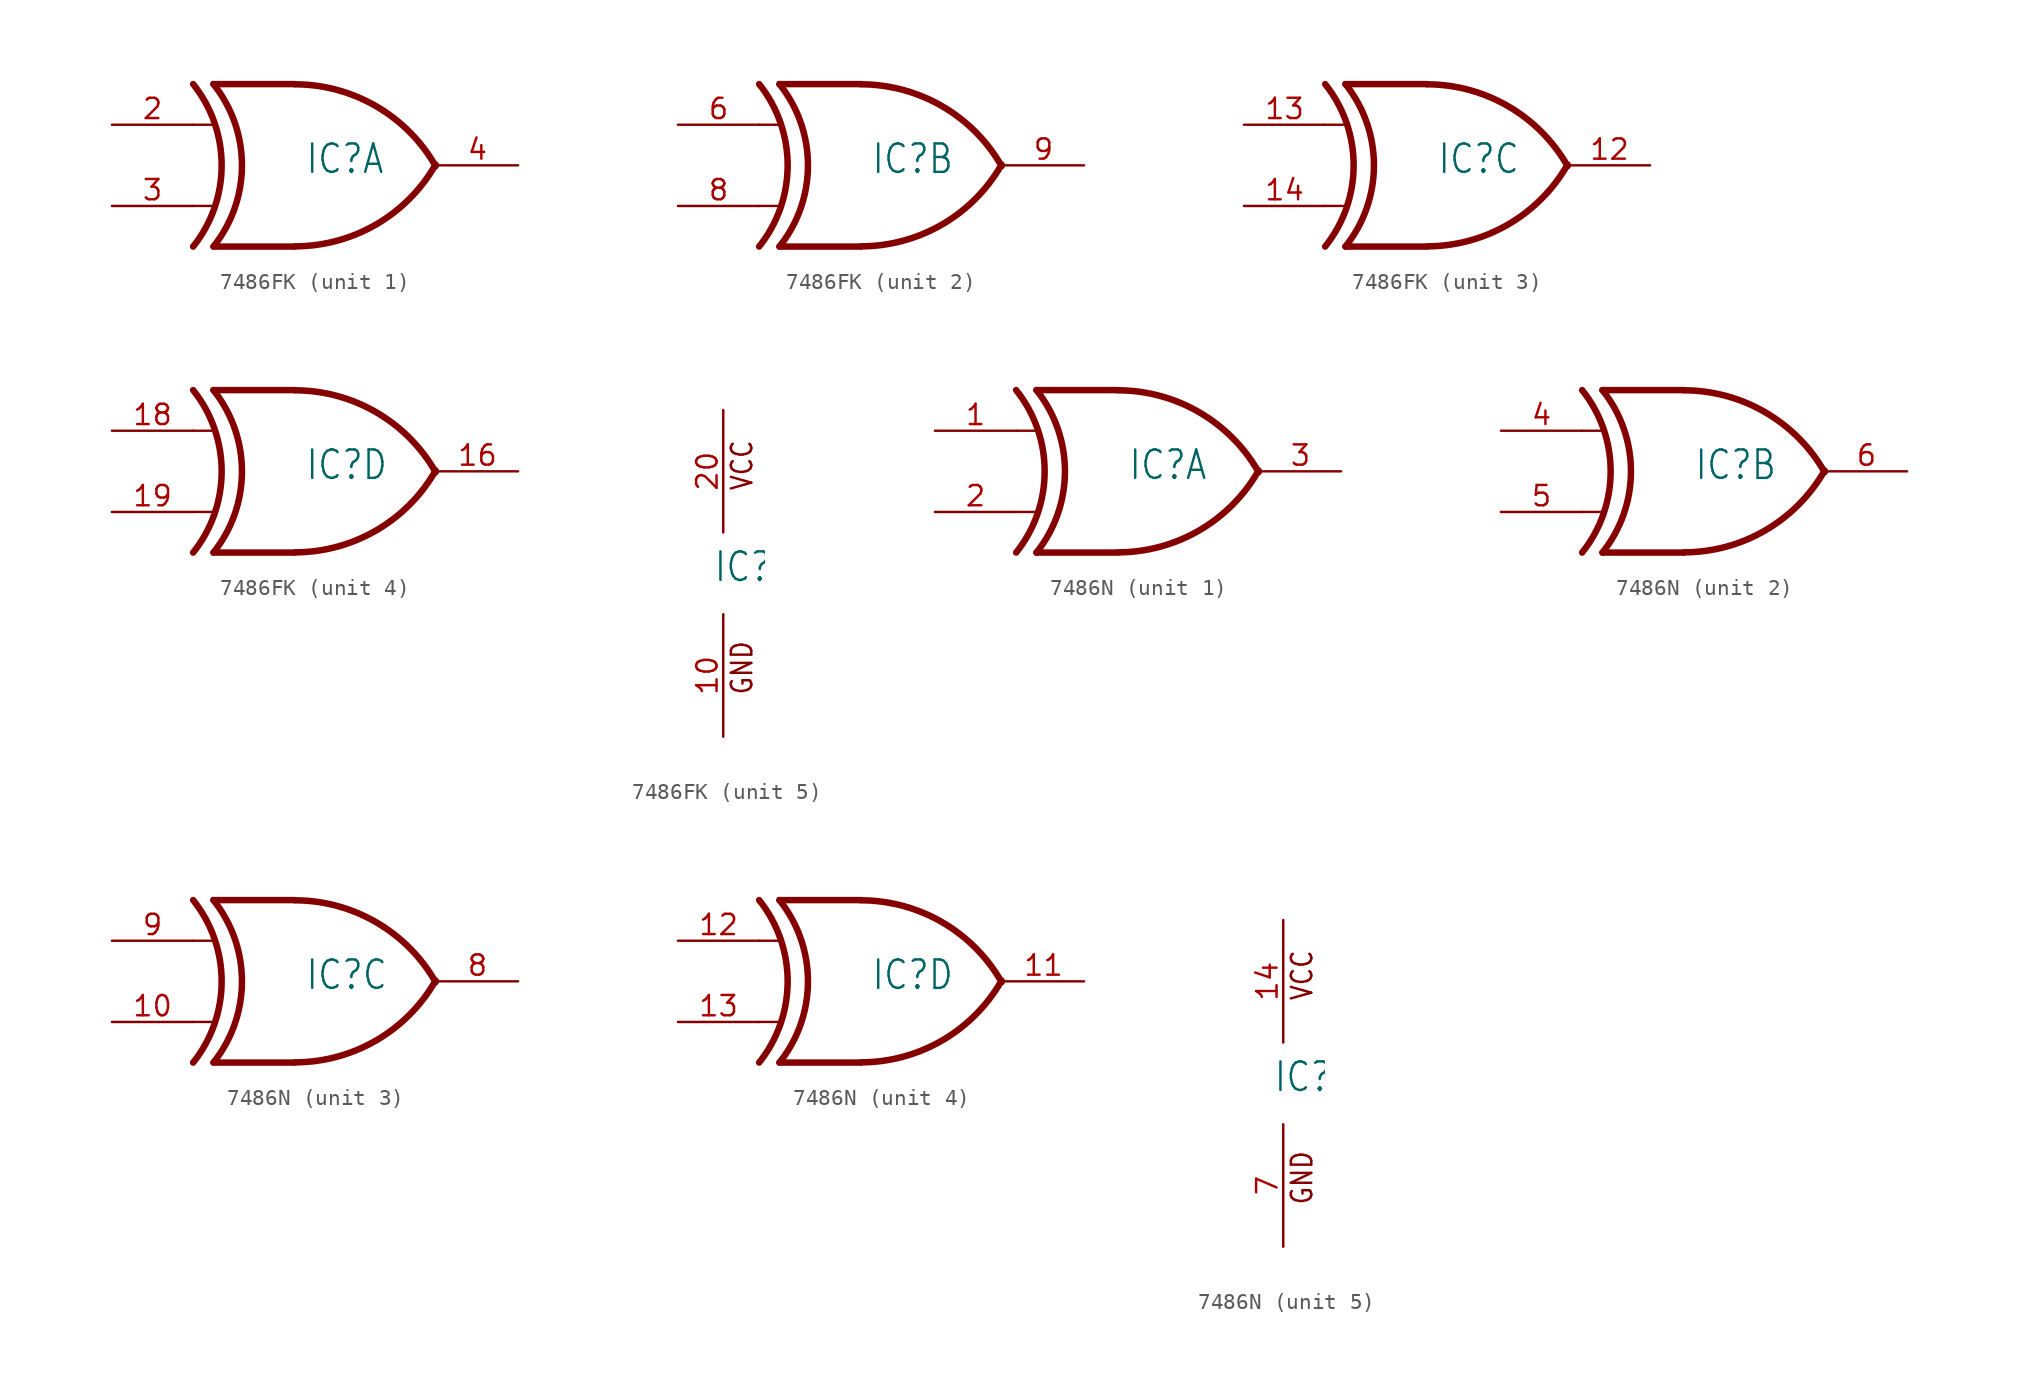
<source format=kicad_sym>
(kicad_symbol_lib
  (version 20211014)
  (generator kicad_symbol_editor)
  (symbol "7486FK"
    (property "Reference" "IC"
      (at -0.635 -0.635 0)
      (effects (font (size 1.778 1.511)) (justify left bottom)))
    (property "ki_locked" ""
      (at 0 0 0)
      (effects (font (size 1.27 1.27))))
    (symbol "7486FK_1_0"
      (arc (start -7.62 -5.08) (mid -5.838 0) (end -7.62 5.08) (stroke (width 0.4064) (type default) (color 0 0 0 0)) (fill (type none)))
      (arc (start -6.35 -5.08) (mid -4.568 0) (end -6.35 5.08) (stroke (width 0.4064) (type default) (color 0 0 0 0)) (fill (type none)))
      (arc (start -1.2446 -5.0678) (mid 3.8372 -3.689) (end 7.5439 0.0507) (stroke (width 0.4064) (type default) (color 0 0 0 0)) (fill (type none)))
      (polyline (pts (xy -7.62 -2.54) (xy -6.35 -2.54)) (stroke (width 0.152) (type default) (color 0 0 0 0)) (fill (type none)))
      (polyline (pts (xy -7.62 2.54) (xy -6.35 2.54)) (stroke (width 0.152) (type default) (color 0 0 0 0)) (fill (type none)))
      (polyline (pts (xy -1.27 -5.08) (xy -6.35 -5.08)) (stroke (width 0.406) (type default) (color 0 0 0 0)) (fill (type none)))
      (polyline (pts (xy -1.27 5.08) (xy -6.35 5.08)) (stroke (width 0.406) (type default) (color 0 0 0 0)) (fill (type none)))
      (arc (start 7.5442 -0.0505) (mid 3.8373 3.6892) (end -1.2446 5.0678) (stroke (width 0.4064) (type default) (color 0 0 0 0)) (fill (type none)))
      (pin input line (at -12.7 2.54 0) (length 5.08) (name "I0" (effects (font (size 0 0)))) (number "2" (effects (font (size 1.27 1.27)))))
      (pin input line (at -12.7 -2.54 0) (length 5.08) (name "I1" (effects (font (size 0 0)))) (number "3" (effects (font (size 1.27 1.27)))))
      (pin output line (at 12.7 0 180) (length 5.08) (name "O" (effects (font (size 0 0)))) (number "4" (effects (font (size 1.27 1.27))))))
    (symbol "7486FK_2_0"
      (arc (start -7.62 -5.08) (mid -5.838 0) (end -7.62 5.08) (stroke (width 0.4064) (type default) (color 0 0 0 0)) (fill (type none)))
      (arc (start -6.35 -5.08) (mid -4.568 0) (end -6.35 5.08) (stroke (width 0.4064) (type default) (color 0 0 0 0)) (fill (type none)))
      (arc (start -1.2446 -5.0678) (mid 3.8372 -3.689) (end 7.5439 0.0507) (stroke (width 0.4064) (type default) (color 0 0 0 0)) (fill (type none)))
      (polyline (pts (xy -7.62 -2.54) (xy -6.35 -2.54)) (stroke (width 0.152) (type default) (color 0 0 0 0)) (fill (type none)))
      (polyline (pts (xy -7.62 2.54) (xy -6.35 2.54)) (stroke (width 0.152) (type default) (color 0 0 0 0)) (fill (type none)))
      (polyline (pts (xy -1.27 -5.08) (xy -6.35 -5.08)) (stroke (width 0.406) (type default) (color 0 0 0 0)) (fill (type none)))
      (polyline (pts (xy -1.27 5.08) (xy -6.35 5.08)) (stroke (width 0.406) (type default) (color 0 0 0 0)) (fill (type none)))
      (arc (start 7.5442 -0.0505) (mid 3.8373 3.6892) (end -1.2446 5.0678) (stroke (width 0.4064) (type default) (color 0 0 0 0)) (fill (type none)))
      (pin input line (at -12.7 2.54 0) (length 5.08) (name "I0" (effects (font (size 0 0)))) (number "6" (effects (font (size 1.27 1.27)))))
      (pin input line (at -12.7 -2.54 0) (length 5.08) (name "I1" (effects (font (size 0 0)))) (number "8" (effects (font (size 1.27 1.27)))))
      (pin output line (at 12.7 0 180) (length 5.08) (name "O" (effects (font (size 0 0)))) (number "9" (effects (font (size 1.27 1.27))))))
    (symbol "7486FK_3_0"
      (arc (start -7.62 -5.08) (mid -5.838 0) (end -7.62 5.08) (stroke (width 0.4064) (type default) (color 0 0 0 0)) (fill (type none)))
      (arc (start -6.35 -5.08) (mid -4.568 0) (end -6.35 5.08) (stroke (width 0.4064) (type default) (color 0 0 0 0)) (fill (type none)))
      (arc (start -1.2446 -5.0678) (mid 3.8372 -3.689) (end 7.5439 0.0507) (stroke (width 0.4064) (type default) (color 0 0 0 0)) (fill (type none)))
      (polyline (pts (xy -7.62 -2.54) (xy -6.35 -2.54)) (stroke (width 0.152) (type default) (color 0 0 0 0)) (fill (type none)))
      (polyline (pts (xy -7.62 2.54) (xy -6.35 2.54)) (stroke (width 0.152) (type default) (color 0 0 0 0)) (fill (type none)))
      (polyline (pts (xy -1.27 -5.08) (xy -6.35 -5.08)) (stroke (width 0.406) (type default) (color 0 0 0 0)) (fill (type none)))
      (polyline (pts (xy -1.27 5.08) (xy -6.35 5.08)) (stroke (width 0.406) (type default) (color 0 0 0 0)) (fill (type none)))
      (arc (start 7.5442 -0.0505) (mid 3.8373 3.6892) (end -1.2446 5.0678) (stroke (width 0.4064) (type default) (color 0 0 0 0)) (fill (type none)))
      (pin output line (at 12.7 0 180) (length 5.08) (name "O" (effects (font (size 0 0)))) (number "12" (effects (font (size 1.27 1.27)))))
      (pin input line (at -12.7 2.54 0) (length 5.08) (name "I0" (effects (font (size 0 0)))) (number "13" (effects (font (size 1.27 1.27)))))
      (pin input line (at -12.7 -2.54 0) (length 5.08) (name "I1" (effects (font (size 0 0)))) (number "14" (effects (font (size 1.27 1.27))))))
    (symbol "7486FK_4_0"
      (arc (start -7.62 -5.08) (mid -5.838 0) (end -7.62 5.08) (stroke (width 0.4064) (type default) (color 0 0 0 0)) (fill (type none)))
      (arc (start -6.35 -5.08) (mid -4.568 0) (end -6.35 5.08) (stroke (width 0.4064) (type default) (color 0 0 0 0)) (fill (type none)))
      (arc (start -1.2446 -5.0678) (mid 3.8372 -3.689) (end 7.5439 0.0507) (stroke (width 0.4064) (type default) (color 0 0 0 0)) (fill (type none)))
      (polyline (pts (xy -7.62 -2.54) (xy -6.35 -2.54)) (stroke (width 0.152) (type default) (color 0 0 0 0)) (fill (type none)))
      (polyline (pts (xy -7.62 2.54) (xy -6.35 2.54)) (stroke (width 0.152) (type default) (color 0 0 0 0)) (fill (type none)))
      (polyline (pts (xy -1.27 -5.08) (xy -6.35 -5.08)) (stroke (width 0.406) (type default) (color 0 0 0 0)) (fill (type none)))
      (polyline (pts (xy -1.27 5.08) (xy -6.35 5.08)) (stroke (width 0.406) (type default) (color 0 0 0 0)) (fill (type none)))
      (arc (start 7.5442 -0.0505) (mid 3.8373 3.6892) (end -1.2446 5.0678) (stroke (width 0.4064) (type default) (color 0 0 0 0)) (fill (type none)))
      (pin output line (at 12.7 0 180) (length 5.08) (name "O" (effects (font (size 0 0)))) (number "16" (effects (font (size 1.27 1.27)))))
      (pin input line (at -12.7 2.54 0) (length 5.08) (name "I0" (effects (font (size 0 0)))) (number "18" (effects (font (size 1.27 1.27)))))
      (pin input line (at -12.7 -2.54 0) (length 5.08) (name "I1" (effects (font (size 0 0)))) (number "19" (effects (font (size 1.27 1.27))))))
    (symbol "7486FK_5_0"
      (text "GND" (at 1.905 -7.62 900) (effects (font (size 1.27 1.079)) (justify left bottom)))
      (text "VCC" (at 1.905 5.08 900) (effects (font (size 1.27 1.079)) (justify left bottom)))
      (pin power_in line (at 0 -10.16 90) (length 7.62) (name "GND" (effects (font (size 0 0)))) (number "10" (effects (font (size 1.27 1.27)))))
      (pin power_in line (at 0 10.16 270) (length 7.62) (name "VCC" (effects (font (size 0 0)))) (number "20" (effects (font (size 1.27 1.27)))))))
  (symbol "7486N"
    (property "Reference" "IC"
      (at -0.635 -0.635 0)
      (effects (font (size 1.778 1.511)) (justify left bottom)))
    (property "ki_locked" ""
      (at 0 0 0)
      (effects (font (size 1.27 1.27))))
    (symbol "7486N_1_0"
      (arc (start -7.62 -5.08) (mid -5.838 0) (end -7.62 5.08) (stroke (width 0.4064) (type default) (color 0 0 0 0)) (fill (type none)))
      (arc (start -6.35 -5.08) (mid -4.568 0) (end -6.35 5.08) (stroke (width 0.4064) (type default) (color 0 0 0 0)) (fill (type none)))
      (arc (start -1.2446 -5.0678) (mid 3.8372 -3.689) (end 7.5439 0.0507) (stroke (width 0.4064) (type default) (color 0 0 0 0)) (fill (type none)))
      (polyline (pts (xy -7.62 -2.54) (xy -6.35 -2.54)) (stroke (width 0.152) (type default) (color 0 0 0 0)) (fill (type none)))
      (polyline (pts (xy -7.62 2.54) (xy -6.35 2.54)) (stroke (width 0.152) (type default) (color 0 0 0 0)) (fill (type none)))
      (polyline (pts (xy -1.27 -5.08) (xy -6.35 -5.08)) (stroke (width 0.406) (type default) (color 0 0 0 0)) (fill (type none)))
      (polyline (pts (xy -1.27 5.08) (xy -6.35 5.08)) (stroke (width 0.406) (type default) (color 0 0 0 0)) (fill (type none)))
      (arc (start 7.5442 -0.0505) (mid 3.8373 3.6892) (end -1.2446 5.0678) (stroke (width 0.4064) (type default) (color 0 0 0 0)) (fill (type none)))
      (pin input line (at -12.7 2.54 0) (length 5.08) (name "I0" (effects (font (size 0 0)))) (number "1" (effects (font (size 1.27 1.27)))))
      (pin input line (at -12.7 -2.54 0) (length 5.08) (name "I1" (effects (font (size 0 0)))) (number "2" (effects (font (size 1.27 1.27)))))
      (pin output line (at 12.7 0 180) (length 5.08) (name "O" (effects (font (size 0 0)))) (number "3" (effects (font (size 1.27 1.27))))))
    (symbol "7486N_2_0"
      (arc (start -7.62 -5.08) (mid -5.838 0) (end -7.62 5.08) (stroke (width 0.4064) (type default) (color 0 0 0 0)) (fill (type none)))
      (arc (start -6.35 -5.08) (mid -4.568 0) (end -6.35 5.08) (stroke (width 0.4064) (type default) (color 0 0 0 0)) (fill (type none)))
      (arc (start -1.2446 -5.0678) (mid 3.8372 -3.689) (end 7.5439 0.0507) (stroke (width 0.4064) (type default) (color 0 0 0 0)) (fill (type none)))
      (polyline (pts (xy -7.62 -2.54) (xy -6.35 -2.54)) (stroke (width 0.152) (type default) (color 0 0 0 0)) (fill (type none)))
      (polyline (pts (xy -7.62 2.54) (xy -6.35 2.54)) (stroke (width 0.152) (type default) (color 0 0 0 0)) (fill (type none)))
      (polyline (pts (xy -1.27 -5.08) (xy -6.35 -5.08)) (stroke (width 0.406) (type default) (color 0 0 0 0)) (fill (type none)))
      (polyline (pts (xy -1.27 5.08) (xy -6.35 5.08)) (stroke (width 0.406) (type default) (color 0 0 0 0)) (fill (type none)))
      (arc (start 7.5442 -0.0505) (mid 3.8373 3.6892) (end -1.2446 5.0678) (stroke (width 0.4064) (type default) (color 0 0 0 0)) (fill (type none)))
      (pin input line (at -12.7 2.54 0) (length 5.08) (name "I0" (effects (font (size 0 0)))) (number "4" (effects (font (size 1.27 1.27)))))
      (pin input line (at -12.7 -2.54 0) (length 5.08) (name "I1" (effects (font (size 0 0)))) (number "5" (effects (font (size 1.27 1.27)))))
      (pin output line (at 12.7 0 180) (length 5.08) (name "O" (effects (font (size 0 0)))) (number "6" (effects (font (size 1.27 1.27))))))
    (symbol "7486N_3_0"
      (arc (start -7.62 -5.08) (mid -5.838 0) (end -7.62 5.08) (stroke (width 0.4064) (type default) (color 0 0 0 0)) (fill (type none)))
      (arc (start -6.35 -5.08) (mid -4.568 0) (end -6.35 5.08) (stroke (width 0.4064) (type default) (color 0 0 0 0)) (fill (type none)))
      (arc (start -1.2446 -5.0678) (mid 3.8372 -3.689) (end 7.5439 0.0507) (stroke (width 0.4064) (type default) (color 0 0 0 0)) (fill (type none)))
      (polyline (pts (xy -7.62 -2.54) (xy -6.35 -2.54)) (stroke (width 0.152) (type default) (color 0 0 0 0)) (fill (type none)))
      (polyline (pts (xy -7.62 2.54) (xy -6.35 2.54)) (stroke (width 0.152) (type default) (color 0 0 0 0)) (fill (type none)))
      (polyline (pts (xy -1.27 -5.08) (xy -6.35 -5.08)) (stroke (width 0.406) (type default) (color 0 0 0 0)) (fill (type none)))
      (polyline (pts (xy -1.27 5.08) (xy -6.35 5.08)) (stroke (width 0.406) (type default) (color 0 0 0 0)) (fill (type none)))
      (arc (start 7.5442 -0.0505) (mid 3.8373 3.6892) (end -1.2446 5.0678) (stroke (width 0.4064) (type default) (color 0 0 0 0)) (fill (type none)))
      (pin input line (at -12.7 -2.54 0) (length 5.08) (name "I1" (effects (font (size 0 0)))) (number "10" (effects (font (size 1.27 1.27)))))
      (pin output line (at 12.7 0 180) (length 5.08) (name "O" (effects (font (size 0 0)))) (number "8" (effects (font (size 1.27 1.27)))))
      (pin input line (at -12.7 2.54 0) (length 5.08) (name "I0" (effects (font (size 0 0)))) (number "9" (effects (font (size 1.27 1.27))))))
    (symbol "7486N_4_0"
      (arc (start -7.62 -5.08) (mid -5.838 0) (end -7.62 5.08) (stroke (width 0.4064) (type default) (color 0 0 0 0)) (fill (type none)))
      (arc (start -6.35 -5.08) (mid -4.568 0) (end -6.35 5.08) (stroke (width 0.4064) (type default) (color 0 0 0 0)) (fill (type none)))
      (arc (start -1.2446 -5.0678) (mid 3.8372 -3.689) (end 7.5439 0.0507) (stroke (width 0.4064) (type default) (color 0 0 0 0)) (fill (type none)))
      (polyline (pts (xy -7.62 -2.54) (xy -6.35 -2.54)) (stroke (width 0.152) (type default) (color 0 0 0 0)) (fill (type none)))
      (polyline (pts (xy -7.62 2.54) (xy -6.35 2.54)) (stroke (width 0.152) (type default) (color 0 0 0 0)) (fill (type none)))
      (polyline (pts (xy -1.27 -5.08) (xy -6.35 -5.08)) (stroke (width 0.406) (type default) (color 0 0 0 0)) (fill (type none)))
      (polyline (pts (xy -1.27 5.08) (xy -6.35 5.08)) (stroke (width 0.406) (type default) (color 0 0 0 0)) (fill (type none)))
      (arc (start 7.5442 -0.0505) (mid 3.8373 3.6892) (end -1.2446 5.0678) (stroke (width 0.4064) (type default) (color 0 0 0 0)) (fill (type none)))
      (pin output line (at 12.7 0 180) (length 5.08) (name "O" (effects (font (size 0 0)))) (number "11" (effects (font (size 1.27 1.27)))))
      (pin input line (at -12.7 2.54 0) (length 5.08) (name "I0" (effects (font (size 0 0)))) (number "12" (effects (font (size 1.27 1.27)))))
      (pin input line (at -12.7 -2.54 0) (length 5.08) (name "I1" (effects (font (size 0 0)))) (number "13" (effects (font (size 1.27 1.27))))))
    (symbol "7486N_5_0"
      (text "GND" (at 1.905 -7.62 900) (effects (font (size 1.27 1.079)) (justify left bottom)))
      (text "VCC" (at 1.905 5.08 900) (effects (font (size 1.27 1.079)) (justify left bottom)))
      (pin power_in line (at 0 10.16 270) (length 7.62) (name "VCC" (effects (font (size 0 0)))) (number "14" (effects (font (size 1.27 1.27)))))
      (pin power_in line (at 0 -10.16 90) (length 7.62) (name "GND" (effects (font (size 0 0)))) (number "7" (effects (font (size 1.27 1.27))))))))
</source>
